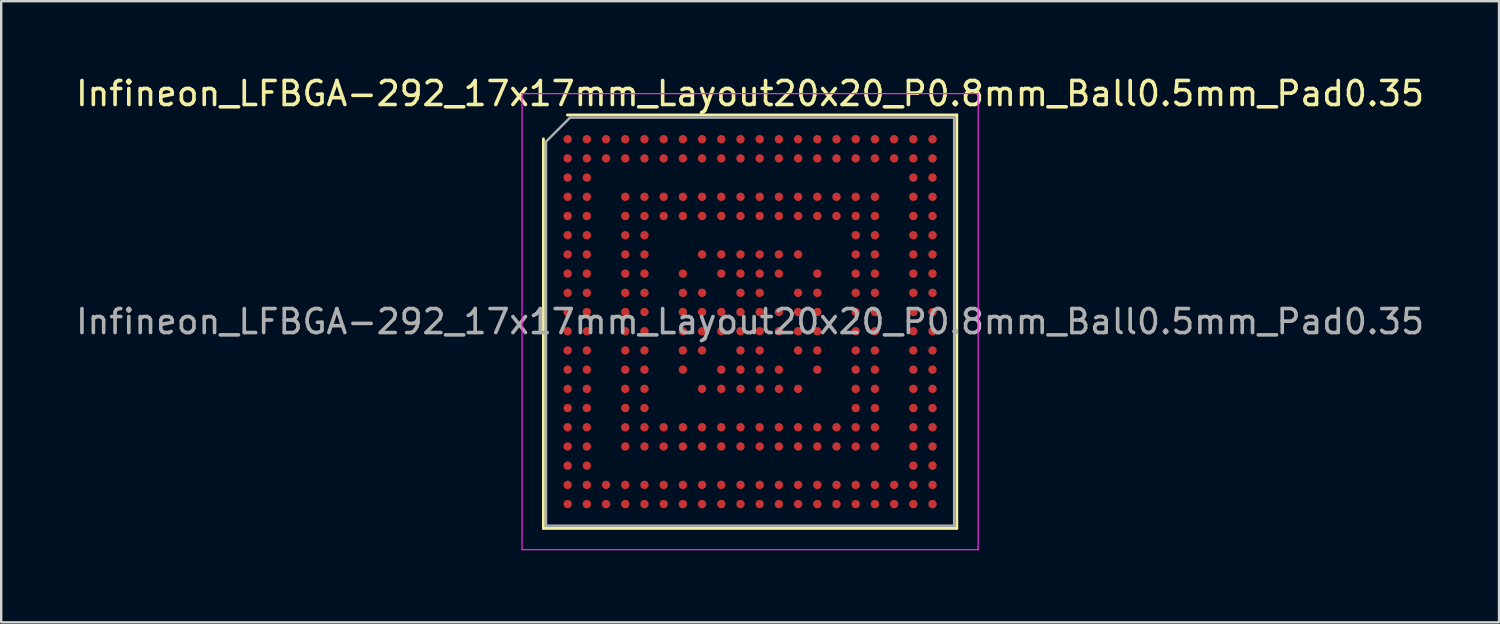
<source format=kicad_pcb>
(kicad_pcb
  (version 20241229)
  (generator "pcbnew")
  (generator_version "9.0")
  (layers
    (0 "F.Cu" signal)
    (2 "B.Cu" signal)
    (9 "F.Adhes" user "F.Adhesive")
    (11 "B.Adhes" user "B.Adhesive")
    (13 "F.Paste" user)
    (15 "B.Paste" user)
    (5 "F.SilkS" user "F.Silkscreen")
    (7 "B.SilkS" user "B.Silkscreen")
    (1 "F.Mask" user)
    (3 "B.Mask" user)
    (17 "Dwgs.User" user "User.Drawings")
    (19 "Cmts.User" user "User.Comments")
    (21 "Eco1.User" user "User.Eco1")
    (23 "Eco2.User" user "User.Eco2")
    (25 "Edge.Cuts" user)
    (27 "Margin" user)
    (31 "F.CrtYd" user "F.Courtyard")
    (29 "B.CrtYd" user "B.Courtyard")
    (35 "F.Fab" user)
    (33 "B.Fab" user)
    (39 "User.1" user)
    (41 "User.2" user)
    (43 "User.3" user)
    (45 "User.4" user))
  (footprint "Infineon_LFBGA-292_17x17mm_Layout20x20_P0.8mm_Ball0.5mm_Pad0.35"
    (layer "F.Cu")
    (at 28.196 10.348)
    (property "Reference" "Infineon_LFBGA-292_17x17mm_Layout20x20_P0.8mm_Ball0.5mm_Pad0.35" (at 0 -9.5 0) (layer "F.SilkS") (effects (font (size 1 1) (thickness 0.15))))
    (attr smd)
    (fp_line (start -8.61 8.61) (end -8.61 -7.61) (stroke (width 0.12) (type solid)) (layer "F.SilkS"))
    (fp_line (start -7.61 -8.61) (end 8.61 -8.61) (stroke (width 0.12) (type solid)) (layer "F.SilkS"))
    (fp_line (start 8.61 -8.61) (end 8.61 8.61) (stroke (width 0.12) (type solid)) (layer "F.SilkS"))
    (fp_line (start 8.61 8.61) (end -8.61 8.61) (stroke (width 0.12) (type solid)) (layer "F.SilkS"))
    (fp_line (start -9.5 -9.5) (end -9.5 9.5) (stroke (width 0.05) (type solid)) (layer "F.CrtYd"))
    (fp_line (start -9.5 9.5) (end 9.5 9.5) (stroke (width 0.05) (type solid)) (layer "F.CrtYd"))
    (fp_line (start 9.5 -9.5) (end -9.5 -9.5) (stroke (width 0.05) (type solid)) (layer "F.CrtYd"))
    (fp_line (start 9.5 9.5) (end 9.5 -9.5) (stroke (width 0.05) (type solid)) (layer "F.CrtYd"))
    (fp_line (start -8.5 -7.5) (end -7.5 -8.5) (stroke (width 0.1) (type solid)) (layer "F.Fab"))
    (fp_line (start -8.5 8.5) (end -8.5 -7.5) (stroke (width 0.1) (type solid)) (layer "F.Fab"))
    (fp_line (start -7.5 -8.5) (end 8.5 -8.5) (stroke (width 0.1) (type solid)) (layer "F.Fab"))
    (fp_line (start 8.5 -8.5) (end 8.5 8.5) (stroke (width 0.1) (type solid)) (layer "F.Fab"))
    (fp_line (start 8.5 8.5) (end -8.5 8.5) (stroke (width 0.1) (type solid)) (layer "F.Fab"))
    (fp_text user "${REFERENCE}" (at 0 0 0) (layer "F.Fab") (effects (font (size 1 1) (thickness 0.15))))
    (pad "A1" smd circle (at -7.6 -7.6) (size 0.35 0.35) (layers "F.Cu" "F.Mask" "F.Paste"))
    (pad "A2" smd circle (at -6.8 -7.6) (size 0.35 0.35) (layers "F.Cu" "F.Mask" "F.Paste"))
    (pad "A3" smd circle (at -6 -7.6) (size 0.35 0.35) (layers "F.Cu" "F.Mask" "F.Paste"))
    (pad "A4" smd circle (at -5.2 -7.6) (size 0.35 0.35) (layers "F.Cu" "F.Mask" "F.Paste"))
    (pad "A5" smd circle (at -4.4 -7.6) (size 0.35 0.35) (layers "F.Cu" "F.Mask" "F.Paste"))
    (pad "A6" smd circle (at -3.6 -7.6) (size 0.35 0.35) (layers "F.Cu" "F.Mask" "F.Paste"))
    (pad "A7" smd circle (at -2.8 -7.6) (size 0.35 0.35) (layers "F.Cu" "F.Mask" "F.Paste"))
    (pad "A8" smd circle (at -2 -7.6) (size 0.35 0.35) (layers "F.Cu" "F.Mask" "F.Paste"))
    (pad "A9" smd circle (at -1.2 -7.6) (size 0.35 0.35) (layers "F.Cu" "F.Mask" "F.Paste"))
    (pad "A10" smd circle (at -0.4 -7.6) (size 0.35 0.35) (layers "F.Cu" "F.Mask" "F.Paste"))
    (pad "A11" smd circle (at 0.4 -7.6) (size 0.35 0.35) (layers "F.Cu" "F.Mask" "F.Paste"))
    (pad "A12" smd circle (at 1.2 -7.6) (size 0.35 0.35) (layers "F.Cu" "F.Mask" "F.Paste"))
    (pad "A13" smd circle (at 2 -7.6) (size 0.35 0.35) (layers "F.Cu" "F.Mask" "F.Paste"))
    (pad "A14" smd circle (at 2.8 -7.6) (size 0.35 0.35) (layers "F.Cu" "F.Mask" "F.Paste"))
    (pad "A15" smd circle (at 3.6 -7.6) (size 0.35 0.35) (layers "F.Cu" "F.Mask" "F.Paste"))
    (pad "A16" smd circle (at 4.4 -7.6) (size 0.35 0.35) (layers "F.Cu" "F.Mask" "F.Paste"))
    (pad "A17" smd circle (at 5.2 -7.6) (size 0.35 0.35) (layers "F.Cu" "F.Mask" "F.Paste"))
    (pad "A18" smd circle (at 6 -7.6) (size 0.35 0.35) (layers "F.Cu" "F.Mask" "F.Paste"))
    (pad "A19" smd circle (at 6.8 -7.6) (size 0.35 0.35) (layers "F.Cu" "F.Mask" "F.Paste"))
    (pad "A20" smd circle (at 7.6 -7.6) (size 0.35 0.35) (layers "F.Cu" "F.Mask" "F.Paste"))
    (pad "B1" smd circle (at -7.6 -6.8) (size 0.35 0.35) (layers "F.Cu" "F.Mask" "F.Paste"))
    (pad "B2" smd circle (at -6.8 -6.8) (size 0.35 0.35) (layers "F.Cu" "F.Mask" "F.Paste"))
    (pad "B3" smd circle (at -6 -6.8) (size 0.35 0.35) (layers "F.Cu" "F.Mask" "F.Paste"))
    (pad "B4" smd circle (at -5.2 -6.8) (size 0.35 0.35) (layers "F.Cu" "F.Mask" "F.Paste"))
    (pad "B5" smd circle (at -4.4 -6.8) (size 0.35 0.35) (layers "F.Cu" "F.Mask" "F.Paste"))
    (pad "B6" smd circle (at -3.6 -6.8) (size 0.35 0.35) (layers "F.Cu" "F.Mask" "F.Paste"))
    (pad "B7" smd circle (at -2.8 -6.8) (size 0.35 0.35) (layers "F.Cu" "F.Mask" "F.Paste"))
    (pad "B8" smd circle (at -2 -6.8) (size 0.35 0.35) (layers "F.Cu" "F.Mask" "F.Paste"))
    (pad "B9" smd circle (at -1.2 -6.8) (size 0.35 0.35) (layers "F.Cu" "F.Mask" "F.Paste"))
    (pad "B10" smd circle (at -0.4 -6.8) (size 0.35 0.35) (layers "F.Cu" "F.Mask" "F.Paste"))
    (pad "B11" smd circle (at 0.4 -6.8) (size 0.35 0.35) (layers "F.Cu" "F.Mask" "F.Paste"))
    (pad "B12" smd circle (at 1.2 -6.8) (size 0.35 0.35) (layers "F.Cu" "F.Mask" "F.Paste"))
    (pad "B13" smd circle (at 2 -6.8) (size 0.35 0.35) (layers "F.Cu" "F.Mask" "F.Paste"))
    (pad "B14" smd circle (at 2.8 -6.8) (size 0.35 0.35) (layers "F.Cu" "F.Mask" "F.Paste"))
    (pad "B15" smd circle (at 3.6 -6.8) (size 0.35 0.35) (layers "F.Cu" "F.Mask" "F.Paste"))
    (pad "B16" smd circle (at 4.4 -6.8) (size 0.35 0.35) (layers "F.Cu" "F.Mask" "F.Paste"))
    (pad "B17" smd circle (at 5.2 -6.8) (size 0.35 0.35) (layers "F.Cu" "F.Mask" "F.Paste"))
    (pad "B18" smd circle (at 6 -6.8) (size 0.35 0.35) (layers "F.Cu" "F.Mask" "F.Paste"))
    (pad "B19" smd circle (at 6.8 -6.8) (size 0.35 0.35) (layers "F.Cu" "F.Mask" "F.Paste"))
    (pad "B20" smd circle (at 7.6 -6.8) (size 0.35 0.35) (layers "F.Cu" "F.Mask" "F.Paste"))
    (pad "C1" smd circle (at -7.6 -6) (size 0.35 0.35) (layers "F.Cu" "F.Mask" "F.Paste"))
    (pad "C2" smd circle (at -6.8 -6) (size 0.35 0.35) (layers "F.Cu" "F.Mask" "F.Paste"))
    (pad "C19" smd circle (at 6.8 -6) (size 0.35 0.35) (layers "F.Cu" "F.Mask" "F.Paste"))
    (pad "C20" smd circle (at 7.6 -6) (size 0.35 0.35) (layers "F.Cu" "F.Mask" "F.Paste"))
    (pad "D1" smd circle (at -7.6 -5.2) (size 0.35 0.35) (layers "F.Cu" "F.Mask" "F.Paste"))
    (pad "D2" smd circle (at -6.8 -5.2) (size 0.35 0.35) (layers "F.Cu" "F.Mask" "F.Paste"))
    (pad "D4" smd circle (at -5.2 -5.2) (size 0.35 0.35) (layers "F.Cu" "F.Mask" "F.Paste"))
    (pad "D5" smd circle (at -4.4 -5.2) (size 0.35 0.35) (layers "F.Cu" "F.Mask" "F.Paste"))
    (pad "D6" smd circle (at -3.6 -5.2) (size 0.35 0.35) (layers "F.Cu" "F.Mask" "F.Paste"))
    (pad "D7" smd circle (at -2.8 -5.2) (size 0.35 0.35) (layers "F.Cu" "F.Mask" "F.Paste"))
    (pad "D8" smd circle (at -2 -5.2) (size 0.35 0.35) (layers "F.Cu" "F.Mask" "F.Paste"))
    (pad "D9" smd circle (at -1.2 -5.2) (size 0.35 0.35) (layers "F.Cu" "F.Mask" "F.Paste"))
    (pad "D10" smd circle (at -0.4 -5.2) (size 0.35 0.35) (layers "F.Cu" "F.Mask" "F.Paste"))
    (pad "D11" smd circle (at 0.4 -5.2) (size 0.35 0.35) (layers "F.Cu" "F.Mask" "F.Paste"))
    (pad "D12" smd circle (at 1.2 -5.2) (size 0.35 0.35) (layers "F.Cu" "F.Mask" "F.Paste"))
    (pad "D13" smd circle (at 2 -5.2) (size 0.35 0.35) (layers "F.Cu" "F.Mask" "F.Paste"))
    (pad "D14" smd circle (at 2.8 -5.2) (size 0.35 0.35) (layers "F.Cu" "F.Mask" "F.Paste"))
    (pad "D15" smd circle (at 3.6 -5.2) (size 0.35 0.35) (layers "F.Cu" "F.Mask" "F.Paste"))
    (pad "D16" smd circle (at 4.4 -5.2) (size 0.35 0.35) (layers "F.Cu" "F.Mask" "F.Paste"))
    (pad "D17" smd circle (at 5.2 -5.2) (size 0.35 0.35) (layers "F.Cu" "F.Mask" "F.Paste"))
    (pad "D19" smd circle (at 6.8 -5.2) (size 0.35 0.35) (layers "F.Cu" "F.Mask" "F.Paste"))
    (pad "D20" smd circle (at 7.6 -5.2) (size 0.35 0.35) (layers "F.Cu" "F.Mask" "F.Paste"))
    (pad "E1" smd circle (at -7.6 -4.4) (size 0.35 0.35) (layers "F.Cu" "F.Mask" "F.Paste"))
    (pad "E2" smd circle (at -6.8 -4.4) (size 0.35 0.35) (layers "F.Cu" "F.Mask" "F.Paste"))
    (pad "E4" smd circle (at -5.2 -4.4) (size 0.35 0.35) (layers "F.Cu" "F.Mask" "F.Paste"))
    (pad "E5" smd circle (at -4.4 -4.4) (size 0.35 0.35) (layers "F.Cu" "F.Mask" "F.Paste"))
    (pad "E6" smd circle (at -3.6 -4.4) (size 0.35 0.35) (layers "F.Cu" "F.Mask" "F.Paste"))
    (pad "E7" smd circle (at -2.8 -4.4) (size 0.35 0.35) (layers "F.Cu" "F.Mask" "F.Paste"))
    (pad "E8" smd circle (at -2 -4.4) (size 0.35 0.35) (layers "F.Cu" "F.Mask" "F.Paste"))
    (pad "E9" smd circle (at -1.2 -4.4) (size 0.35 0.35) (layers "F.Cu" "F.Mask" "F.Paste"))
    (pad "E10" smd circle (at -0.4 -4.4) (size 0.35 0.35) (layers "F.Cu" "F.Mask" "F.Paste"))
    (pad "E11" smd circle (at 0.4 -4.4) (size 0.35 0.35) (layers "F.Cu" "F.Mask" "F.Paste"))
    (pad "E12" smd circle (at 1.2 -4.4) (size 0.35 0.35) (layers "F.Cu" "F.Mask" "F.Paste"))
    (pad "E13" smd circle (at 2 -4.4) (size 0.35 0.35) (layers "F.Cu" "F.Mask" "F.Paste"))
    (pad "E14" smd circle (at 2.8 -4.4) (size 0.35 0.35) (layers "F.Cu" "F.Mask" "F.Paste"))
    (pad "E15" smd circle (at 3.6 -4.4) (size 0.35 0.35) (layers "F.Cu" "F.Mask" "F.Paste"))
    (pad "E16" smd circle (at 4.4 -4.4) (size 0.35 0.35) (layers "F.Cu" "F.Mask" "F.Paste"))
    (pad "E17" smd circle (at 5.2 -4.4) (size 0.35 0.35) (layers "F.Cu" "F.Mask" "F.Paste"))
    (pad "E19" smd circle (at 6.8 -4.4) (size 0.35 0.35) (layers "F.Cu" "F.Mask" "F.Paste"))
    (pad "E20" smd circle (at 7.6 -4.4) (size 0.35 0.35) (layers "F.Cu" "F.Mask" "F.Paste"))
    (pad "F1" smd circle (at -7.6 -3.6) (size 0.35 0.35) (layers "F.Cu" "F.Mask" "F.Paste"))
    (pad "F2" smd circle (at -6.8 -3.6) (size 0.35 0.35) (layers "F.Cu" "F.Mask" "F.Paste"))
    (pad "F4" smd circle (at -5.2 -3.6) (size 0.35 0.35) (layers "F.Cu" "F.Mask" "F.Paste"))
    (pad "F5" smd circle (at -4.4 -3.6) (size 0.35 0.35) (layers "F.Cu" "F.Mask" "F.Paste"))
    (pad "F16" smd circle (at 4.4 -3.6) (size 0.35 0.35) (layers "F.Cu" "F.Mask" "F.Paste"))
    (pad "F17" smd circle (at 5.2 -3.6) (size 0.35 0.35) (layers "F.Cu" "F.Mask" "F.Paste"))
    (pad "F19" smd circle (at 6.8 -3.6) (size 0.35 0.35) (layers "F.Cu" "F.Mask" "F.Paste"))
    (pad "F20" smd circle (at 7.6 -3.6) (size 0.35 0.35) (layers "F.Cu" "F.Mask" "F.Paste"))
    (pad "G1" smd circle (at -7.6 -2.8) (size 0.35 0.35) (layers "F.Cu" "F.Mask" "F.Paste"))
    (pad "G2" smd circle (at -6.8 -2.8) (size 0.35 0.35) (layers "F.Cu" "F.Mask" "F.Paste"))
    (pad "G4" smd circle (at -5.2 -2.8) (size 0.35 0.35) (layers "F.Cu" "F.Mask" "F.Paste"))
    (pad "G5" smd circle (at -4.4 -2.8) (size 0.35 0.35) (layers "F.Cu" "F.Mask" "F.Paste"))
    (pad "G8" smd circle (at -2 -2.8) (size 0.35 0.35) (layers "F.Cu" "F.Mask" "F.Paste"))
    (pad "G9" smd circle (at -1.2 -2.8) (size 0.35 0.35) (layers "F.Cu" "F.Mask" "F.Paste"))
    (pad "G10" smd circle (at -0.4 -2.8) (size 0.35 0.35) (layers "F.Cu" "F.Mask" "F.Paste"))
    (pad "G11" smd circle (at 0.4 -2.8) (size 0.35 0.35) (layers "F.Cu" "F.Mask" "F.Paste"))
    (pad "G12" smd circle (at 1.2 -2.8) (size 0.35 0.35) (layers "F.Cu" "F.Mask" "F.Paste"))
    (pad "G13" smd circle (at 2 -2.8) (size 0.35 0.35) (layers "F.Cu" "F.Mask" "F.Paste"))
    (pad "G16" smd circle (at 4.4 -2.8) (size 0.35 0.35) (layers "F.Cu" "F.Mask" "F.Paste"))
    (pad "G17" smd circle (at 5.2 -2.8) (size 0.35 0.35) (layers "F.Cu" "F.Mask" "F.Paste"))
    (pad "G19" smd circle (at 6.8 -2.8) (size 0.35 0.35) (layers "F.Cu" "F.Mask" "F.Paste"))
    (pad "G20" smd circle (at 7.6 -2.8) (size 0.35 0.35) (layers "F.Cu" "F.Mask" "F.Paste"))
    (pad "H1" smd circle (at -7.6 -2) (size 0.35 0.35) (layers "F.Cu" "F.Mask" "F.Paste"))
    (pad "H2" smd circle (at -6.8 -2) (size 0.35 0.35) (layers "F.Cu" "F.Mask" "F.Paste"))
    (pad "H4" smd circle (at -5.2 -2) (size 0.35 0.35) (layers "F.Cu" "F.Mask" "F.Paste"))
    (pad "H5" smd circle (at -4.4 -2) (size 0.35 0.35) (layers "F.Cu" "F.Mask" "F.Paste"))
    (pad "H7" smd circle (at -2.8 -2) (size 0.35 0.35) (layers "F.Cu" "F.Mask" "F.Paste"))
    (pad "H9" smd circle (at -1.2 -2) (size 0.35 0.35) (layers "F.Cu" "F.Mask" "F.Paste"))
    (pad "H10" smd circle (at -0.4 -2) (size 0.35 0.35) (layers "F.Cu" "F.Mask" "F.Paste"))
    (pad "H11" smd circle (at 0.4 -2) (size 0.35 0.35) (layers "F.Cu" "F.Mask" "F.Paste"))
    (pad "H12" smd circle (at 1.2 -2) (size 0.35 0.35) (layers "F.Cu" "F.Mask" "F.Paste"))
    (pad "H14" smd circle (at 2.8 -2) (size 0.35 0.35) (layers "F.Cu" "F.Mask" "F.Paste"))
    (pad "H16" smd circle (at 4.4 -2) (size 0.35 0.35) (layers "F.Cu" "F.Mask" "F.Paste"))
    (pad "H17" smd circle (at 5.2 -2) (size 0.35 0.35) (layers "F.Cu" "F.Mask" "F.Paste"))
    (pad "H19" smd circle (at 6.8 -2) (size 0.35 0.35) (layers "F.Cu" "F.Mask" "F.Paste"))
    (pad "H20" smd circle (at 7.6 -2) (size 0.35 0.35) (layers "F.Cu" "F.Mask" "F.Paste"))
    (pad "J1" smd circle (at -7.6 -1.2) (size 0.35 0.35) (layers "F.Cu" "F.Mask" "F.Paste"))
    (pad "J2" smd circle (at -6.8 -1.2) (size 0.35 0.35) (layers "F.Cu" "F.Mask" "F.Paste"))
    (pad "J4" smd circle (at -5.2 -1.2) (size 0.35 0.35) (layers "F.Cu" "F.Mask" "F.Paste"))
    (pad "J5" smd circle (at -4.4 -1.2) (size 0.35 0.35) (layers "F.Cu" "F.Mask" "F.Paste"))
    (pad "J7" smd circle (at -2.8 -1.2) (size 0.35 0.35) (layers "F.Cu" "F.Mask" "F.Paste"))
    (pad "J8" smd circle (at -2 -1.2) (size 0.35 0.35) (layers "F.Cu" "F.Mask" "F.Paste"))
    (pad "J10" smd circle (at -0.4 -1.2) (size 0.35 0.35) (layers "F.Cu" "F.Mask" "F.Paste"))
    (pad "J11" smd circle (at 0.4 -1.2) (size 0.35 0.35) (layers "F.Cu" "F.Mask" "F.Paste"))
    (pad "J13" smd circle (at 2 -1.2) (size 0.35 0.35) (layers "F.Cu" "F.Mask" "F.Paste"))
    (pad "J14" smd circle (at 2.8 -1.2) (size 0.35 0.35) (layers "F.Cu" "F.Mask" "F.Paste"))
    (pad "J16" smd circle (at 4.4 -1.2) (size 0.35 0.35) (layers "F.Cu" "F.Mask" "F.Paste"))
    (pad "J17" smd circle (at 5.2 -1.2) (size 0.35 0.35) (layers "F.Cu" "F.Mask" "F.Paste"))
    (pad "J19" smd circle (at 6.8 -1.2) (size 0.35 0.35) (layers "F.Cu" "F.Mask" "F.Paste"))
    (pad "J20" smd circle (at 7.6 -1.2) (size 0.35 0.35) (layers "F.Cu" "F.Mask" "F.Paste"))
    (pad "K1" smd circle (at -7.6 -0.4) (size 0.35 0.35) (layers "F.Cu" "F.Mask" "F.Paste"))
    (pad "K2" smd circle (at -6.8 -0.4) (size 0.35 0.35) (layers "F.Cu" "F.Mask" "F.Paste"))
    (pad "K4" smd circle (at -5.2 -0.4) (size 0.35 0.35) (layers "F.Cu" "F.Mask" "F.Paste"))
    (pad "K5" smd circle (at -4.4 -0.4) (size 0.35 0.35) (layers "F.Cu" "F.Mask" "F.Paste"))
    (pad "K7" smd circle (at -2.8 -0.4) (size 0.35 0.35) (layers "F.Cu" "F.Mask" "F.Paste"))
    (pad "K8" smd circle (at -2 -0.4) (size 0.35 0.35) (layers "F.Cu" "F.Mask" "F.Paste"))
    (pad "K9" smd circle (at -1.2 -0.4) (size 0.35 0.35) (layers "F.Cu" "F.Mask" "F.Paste"))
    (pad "K10" smd circle (at -0.4 -0.4) (size 0.35 0.35) (layers "F.Cu" "F.Mask" "F.Paste"))
    (pad "K11" smd circle (at 0.4 -0.4) (size 0.35 0.35) (layers "F.Cu" "F.Mask" "F.Paste"))
    (pad "K12" smd circle (at 1.2 -0.4) (size 0.35 0.35) (layers "F.Cu" "F.Mask" "F.Paste"))
    (pad "K13" smd circle (at 2 -0.4) (size 0.35 0.35) (layers "F.Cu" "F.Mask" "F.Paste"))
    (pad "K14" smd circle (at 2.8 -0.4) (size 0.35 0.35) (layers "F.Cu" "F.Mask" "F.Paste"))
    (pad "K16" smd circle (at 4.4 -0.4) (size 0.35 0.35) (layers "F.Cu" "F.Mask" "F.Paste"))
    (pad "K17" smd circle (at 5.2 -0.4) (size 0.35 0.35) (layers "F.Cu" "F.Mask" "F.Paste"))
    (pad "K19" smd circle (at 6.8 -0.4) (size 0.35 0.35) (layers "F.Cu" "F.Mask" "F.Paste"))
    (pad "K20" smd circle (at 7.6 -0.4) (size 0.35 0.35) (layers "F.Cu" "F.Mask" "F.Paste"))
    (pad "L1" smd circle (at -7.6 0.4) (size 0.35 0.35) (layers "F.Cu" "F.Mask" "F.Paste"))
    (pad "L2" smd circle (at -6.8 0.4) (size 0.35 0.35) (layers "F.Cu" "F.Mask" "F.Paste"))
    (pad "L4" smd circle (at -5.2 0.4) (size 0.35 0.35) (layers "F.Cu" "F.Mask" "F.Paste"))
    (pad "L5" smd circle (at -4.4 0.4) (size 0.35 0.35) (layers "F.Cu" "F.Mask" "F.Paste"))
    (pad "L7" smd circle (at -2.8 0.4) (size 0.35 0.35) (layers "F.Cu" "F.Mask" "F.Paste"))
    (pad "L8" smd circle (at -2 0.4) (size 0.35 0.35) (layers "F.Cu" "F.Mask" "F.Paste"))
    (pad "L9" smd circle (at -1.2 0.4) (size 0.35 0.35) (layers "F.Cu" "F.Mask" "F.Paste"))
    (pad "L10" smd circle (at -0.4 0.4) (size 0.35 0.35) (layers "F.Cu" "F.Mask" "F.Paste"))
    (pad "L11" smd circle (at 0.4 0.4) (size 0.35 0.35) (layers "F.Cu" "F.Mask" "F.Paste"))
    (pad "L12" smd circle (at 1.2 0.4) (size 0.35 0.35) (layers "F.Cu" "F.Mask" "F.Paste"))
    (pad "L13" smd circle (at 2 0.4) (size 0.35 0.35) (layers "F.Cu" "F.Mask" "F.Paste"))
    (pad "L14" smd circle (at 2.8 0.4) (size 0.35 0.35) (layers "F.Cu" "F.Mask" "F.Paste"))
    (pad "L16" smd circle (at 4.4 0.4) (size 0.35 0.35) (layers "F.Cu" "F.Mask" "F.Paste"))
    (pad "L17" smd circle (at 5.2 0.4) (size 0.35 0.35) (layers "F.Cu" "F.Mask" "F.Paste"))
    (pad "L19" smd circle (at 6.8 0.4) (size 0.35 0.35) (layers "F.Cu" "F.Mask" "F.Paste"))
    (pad "L20" smd circle (at 7.6 0.4) (size 0.35 0.35) (layers "F.Cu" "F.Mask" "F.Paste"))
    (pad "M1" smd circle (at -7.6 1.2) (size 0.35 0.35) (layers "F.Cu" "F.Mask" "F.Paste"))
    (pad "M2" smd circle (at -6.8 1.2) (size 0.35 0.35) (layers "F.Cu" "F.Mask" "F.Paste"))
    (pad "M4" smd circle (at -5.2 1.2) (size 0.35 0.35) (layers "F.Cu" "F.Mask" "F.Paste"))
    (pad "M5" smd circle (at -4.4 1.2) (size 0.35 0.35) (layers "F.Cu" "F.Mask" "F.Paste"))
    (pad "M7" smd circle (at -2.8 1.2) (size 0.35 0.35) (layers "F.Cu" "F.Mask" "F.Paste"))
    (pad "M8" smd circle (at -2 1.2) (size 0.35 0.35) (layers "F.Cu" "F.Mask" "F.Paste"))
    (pad "M10" smd circle (at -0.4 1.2) (size 0.35 0.35) (layers "F.Cu" "F.Mask" "F.Paste"))
    (pad "M11" smd circle (at 0.4 1.2) (size 0.35 0.35) (layers "F.Cu" "F.Mask" "F.Paste"))
    (pad "M13" smd circle (at 2 1.2) (size 0.35 0.35) (layers "F.Cu" "F.Mask" "F.Paste"))
    (pad "M14" smd circle (at 2.8 1.2) (size 0.35 0.35) (layers "F.Cu" "F.Mask" "F.Paste"))
    (pad "M16" smd circle (at 4.4 1.2) (size 0.35 0.35) (layers "F.Cu" "F.Mask" "F.Paste"))
    (pad "M17" smd circle (at 5.2 1.2) (size 0.35 0.35) (layers "F.Cu" "F.Mask" "F.Paste"))
    (pad "M19" smd circle (at 6.8 1.2) (size 0.35 0.35) (layers "F.Cu" "F.Mask" "F.Paste"))
    (pad "M20" smd circle (at 7.6 1.2) (size 0.35 0.35) (layers "F.Cu" "F.Mask" "F.Paste"))
    (pad "N1" smd circle (at -7.6 2) (size 0.35 0.35) (layers "F.Cu" "F.Mask" "F.Paste"))
    (pad "N2" smd circle (at -6.8 2) (size 0.35 0.35) (layers "F.Cu" "F.Mask" "F.Paste"))
    (pad "N4" smd circle (at -5.2 2) (size 0.35 0.35) (layers "F.Cu" "F.Mask" "F.Paste"))
    (pad "N5" smd circle (at -4.4 2) (size 0.35 0.35) (layers "F.Cu" "F.Mask" "F.Paste"))
    (pad "N7" smd circle (at -2.8 2) (size 0.35 0.35) (layers "F.Cu" "F.Mask" "F.Paste"))
    (pad "N9" smd circle (at -1.2 2) (size 0.35 0.35) (layers "F.Cu" "F.Mask" "F.Paste"))
    (pad "N10" smd circle (at -0.4 2) (size 0.35 0.35) (layers "F.Cu" "F.Mask" "F.Paste"))
    (pad "N11" smd circle (at 0.4 2) (size 0.35 0.35) (layers "F.Cu" "F.Mask" "F.Paste"))
    (pad "N12" smd circle (at 1.2 2) (size 0.35 0.35) (layers "F.Cu" "F.Mask" "F.Paste"))
    (pad "N14" smd circle (at 2.8 2) (size 0.35 0.35) (layers "F.Cu" "F.Mask" "F.Paste"))
    (pad "N16" smd circle (at 4.4 2) (size 0.35 0.35) (layers "F.Cu" "F.Mask" "F.Paste"))
    (pad "N17" smd circle (at 5.2 2) (size 0.35 0.35) (layers "F.Cu" "F.Mask" "F.Paste"))
    (pad "N19" smd circle (at 6.8 2) (size 0.35 0.35) (layers "F.Cu" "F.Mask" "F.Paste"))
    (pad "N20" smd circle (at 7.6 2) (size 0.35 0.35) (layers "F.Cu" "F.Mask" "F.Paste"))
    (pad "P1" smd circle (at -7.6 2.8) (size 0.35 0.35) (layers "F.Cu" "F.Mask" "F.Paste"))
    (pad "P2" smd circle (at -6.8 2.8) (size 0.35 0.35) (layers "F.Cu" "F.Mask" "F.Paste"))
    (pad "P4" smd circle (at -5.2 2.8) (size 0.35 0.35) (layers "F.Cu" "F.Mask" "F.Paste"))
    (pad "P5" smd circle (at -4.4 2.8) (size 0.35 0.35) (layers "F.Cu" "F.Mask" "F.Paste"))
    (pad "P8" smd circle (at -2 2.8) (size 0.35 0.35) (layers "F.Cu" "F.Mask" "F.Paste"))
    (pad "P9" smd circle (at -1.2 2.8) (size 0.35 0.35) (layers "F.Cu" "F.Mask" "F.Paste"))
    (pad "P10" smd circle (at -0.4 2.8) (size 0.35 0.35) (layers "F.Cu" "F.Mask" "F.Paste"))
    (pad "P11" smd circle (at 0.4 2.8) (size 0.35 0.35) (layers "F.Cu" "F.Mask" "F.Paste"))
    (pad "P12" smd circle (at 1.2 2.8) (size 0.35 0.35) (layers "F.Cu" "F.Mask" "F.Paste"))
    (pad "P13" smd circle (at 2 2.8) (size 0.35 0.35) (layers "F.Cu" "F.Mask" "F.Paste"))
    (pad "P16" smd circle (at 4.4 2.8) (size 0.35 0.35) (layers "F.Cu" "F.Mask" "F.Paste"))
    (pad "P17" smd circle (at 5.2 2.8) (size 0.35 0.35) (layers "F.Cu" "F.Mask" "F.Paste"))
    (pad "P19" smd circle (at 6.8 2.8) (size 0.35 0.35) (layers "F.Cu" "F.Mask" "F.Paste"))
    (pad "P20" smd circle (at 7.6 2.8) (size 0.35 0.35) (layers "F.Cu" "F.Mask" "F.Paste"))
    (pad "R1" smd circle (at -7.6 3.6) (size 0.35 0.35) (layers "F.Cu" "F.Mask" "F.Paste"))
    (pad "R2" smd circle (at -6.8 3.6) (size 0.35 0.35) (layers "F.Cu" "F.Mask" "F.Paste"))
    (pad "R4" smd circle (at -5.2 3.6) (size 0.35 0.35) (layers "F.Cu" "F.Mask" "F.Paste"))
    (pad "R5" smd circle (at -4.4 3.6) (size 0.35 0.35) (layers "F.Cu" "F.Mask" "F.Paste"))
    (pad "R16" smd circle (at 4.4 3.6) (size 0.35 0.35) (layers "F.Cu" "F.Mask" "F.Paste"))
    (pad "R17" smd circle (at 5.2 3.6) (size 0.35 0.35) (layers "F.Cu" "F.Mask" "F.Paste"))
    (pad "R19" smd circle (at 6.8 3.6) (size 0.35 0.35) (layers "F.Cu" "F.Mask" "F.Paste"))
    (pad "R20" smd circle (at 7.6 3.6) (size 0.35 0.35) (layers "F.Cu" "F.Mask" "F.Paste"))
    (pad "T1" smd circle (at -7.6 4.4) (size 0.35 0.35) (layers "F.Cu" "F.Mask" "F.Paste"))
    (pad "T2" smd circle (at -6.8 4.4) (size 0.35 0.35) (layers "F.Cu" "F.Mask" "F.Paste"))
    (pad "T4" smd circle (at -5.2 4.4) (size 0.35 0.35) (layers "F.Cu" "F.Mask" "F.Paste"))
    (pad "T5" smd circle (at -4.4 4.4) (size 0.35 0.35) (layers "F.Cu" "F.Mask" "F.Paste"))
    (pad "T6" smd circle (at -3.6 4.4) (size 0.35 0.35) (layers "F.Cu" "F.Mask" "F.Paste"))
    (pad "T7" smd circle (at -2.8 4.4) (size 0.35 0.35) (layers "F.Cu" "F.Mask" "F.Paste"))
    (pad "T8" smd circle (at -2 4.4) (size 0.35 0.35) (layers "F.Cu" "F.Mask" "F.Paste"))
    (pad "T9" smd circle (at -1.2 4.4) (size 0.35 0.35) (layers "F.Cu" "F.Mask" "F.Paste"))
    (pad "T10" smd circle (at -0.4 4.4) (size 0.35 0.35) (layers "F.Cu" "F.Mask" "F.Paste"))
    (pad "T11" smd circle (at 0.4 4.4) (size 0.35 0.35) (layers "F.Cu" "F.Mask" "F.Paste"))
    (pad "T12" smd circle (at 1.2 4.4) (size 0.35 0.35) (layers "F.Cu" "F.Mask" "F.Paste"))
    (pad "T13" smd circle (at 2 4.4) (size 0.35 0.35) (layers "F.Cu" "F.Mask" "F.Paste"))
    (pad "T14" smd circle (at 2.8 4.4) (size 0.35 0.35) (layers "F.Cu" "F.Mask" "F.Paste"))
    (pad "T15" smd circle (at 3.6 4.4) (size 0.35 0.35) (layers "F.Cu" "F.Mask" "F.Paste"))
    (pad "T16" smd circle (at 4.4 4.4) (size 0.35 0.35) (layers "F.Cu" "F.Mask" "F.Paste"))
    (pad "T17" smd circle (at 5.2 4.4) (size 0.35 0.35) (layers "F.Cu" "F.Mask" "F.Paste"))
    (pad "T19" smd circle (at 6.8 4.4) (size 0.35 0.35) (layers "F.Cu" "F.Mask" "F.Paste"))
    (pad "T20" smd circle (at 7.6 4.4) (size 0.35 0.35) (layers "F.Cu" "F.Mask" "F.Paste"))
    (pad "U1" smd circle (at -7.6 5.2) (size 0.35 0.35) (layers "F.Cu" "F.Mask" "F.Paste"))
    (pad "U2" smd circle (at -6.8 5.2) (size 0.35 0.35) (layers "F.Cu" "F.Mask" "F.Paste"))
    (pad "U4" smd circle (at -5.2 5.2) (size 0.35 0.35) (layers "F.Cu" "F.Mask" "F.Paste"))
    (pad "U5" smd circle (at -4.4 5.2) (size 0.35 0.35) (layers "F.Cu" "F.Mask" "F.Paste"))
    (pad "U6" smd circle (at -3.6 5.2) (size 0.35 0.35) (layers "F.Cu" "F.Mask" "F.Paste"))
    (pad "U7" smd circle (at -2.8 5.2) (size 0.35 0.35) (layers "F.Cu" "F.Mask" "F.Paste"))
    (pad "U8" smd circle (at -2 5.2) (size 0.35 0.35) (layers "F.Cu" "F.Mask" "F.Paste"))
    (pad "U9" smd circle (at -1.2 5.2) (size 0.35 0.35) (layers "F.Cu" "F.Mask" "F.Paste"))
    (pad "U10" smd circle (at -0.4 5.2) (size 0.35 0.35) (layers "F.Cu" "F.Mask" "F.Paste"))
    (pad "U11" smd circle (at 0.4 5.2) (size 0.35 0.35) (layers "F.Cu" "F.Mask" "F.Paste"))
    (pad "U12" smd circle (at 1.2 5.2) (size 0.35 0.35) (layers "F.Cu" "F.Mask" "F.Paste"))
    (pad "U13" smd circle (at 2 5.2) (size 0.35 0.35) (layers "F.Cu" "F.Mask" "F.Paste"))
    (pad "U14" smd circle (at 2.8 5.2) (size 0.35 0.35) (layers "F.Cu" "F.Mask" "F.Paste"))
    (pad "U15" smd circle (at 3.6 5.2) (size 0.35 0.35) (layers "F.Cu" "F.Mask" "F.Paste"))
    (pad "U16" smd circle (at 4.4 5.2) (size 0.35 0.35) (layers "F.Cu" "F.Mask" "F.Paste"))
    (pad "U17" smd circle (at 5.2 5.2) (size 0.35 0.35) (layers "F.Cu" "F.Mask" "F.Paste"))
    (pad "U19" smd circle (at 6.8 5.2) (size 0.35 0.35) (layers "F.Cu" "F.Mask" "F.Paste"))
    (pad "U20" smd circle (at 7.6 5.2) (size 0.35 0.35) (layers "F.Cu" "F.Mask" "F.Paste"))
    (pad "V1" smd circle (at -7.6 6) (size 0.35 0.35) (layers "F.Cu" "F.Mask" "F.Paste"))
    (pad "V2" smd circle (at -6.8 6) (size 0.35 0.35) (layers "F.Cu" "F.Mask" "F.Paste"))
    (pad "V19" smd circle (at 6.8 6) (size 0.35 0.35) (layers "F.Cu" "F.Mask" "F.Paste"))
    (pad "V20" smd circle (at 7.6 6) (size 0.35 0.35) (layers "F.Cu" "F.Mask" "F.Paste"))
    (pad "W1" smd circle (at -7.6 6.8) (size 0.35 0.35) (layers "F.Cu" "F.Mask" "F.Paste"))
    (pad "W2" smd circle (at -6.8 6.8) (size 0.35 0.35) (layers "F.Cu" "F.Mask" "F.Paste"))
    (pad "W3" smd circle (at -6 6.8) (size 0.35 0.35) (layers "F.Cu" "F.Mask" "F.Paste"))
    (pad "W4" smd circle (at -5.2 6.8) (size 0.35 0.35) (layers "F.Cu" "F.Mask" "F.Paste"))
    (pad "W5" smd circle (at -4.4 6.8) (size 0.35 0.35) (layers "F.Cu" "F.Mask" "F.Paste"))
    (pad "W6" smd circle (at -3.6 6.8) (size 0.35 0.35) (layers "F.Cu" "F.Mask" "F.Paste"))
    (pad "W7" smd circle (at -2.8 6.8) (size 0.35 0.35) (layers "F.Cu" "F.Mask" "F.Paste"))
    (pad "W8" smd circle (at -2 6.8) (size 0.35 0.35) (layers "F.Cu" "F.Mask" "F.Paste"))
    (pad "W9" smd circle (at -1.2 6.8) (size 0.35 0.35) (layers "F.Cu" "F.Mask" "F.Paste"))
    (pad "W10" smd circle (at -0.4 6.8) (size 0.35 0.35) (layers "F.Cu" "F.Mask" "F.Paste"))
    (pad "W11" smd circle (at 0.4 6.8) (size 0.35 0.35) (layers "F.Cu" "F.Mask" "F.Paste"))
    (pad "W12" smd circle (at 1.2 6.8) (size 0.35 0.35) (layers "F.Cu" "F.Mask" "F.Paste"))
    (pad "W13" smd circle (at 2 6.8) (size 0.35 0.35) (layers "F.Cu" "F.Mask" "F.Paste"))
    (pad "W14" smd circle (at 2.8 6.8) (size 0.35 0.35) (layers "F.Cu" "F.Mask" "F.Paste"))
    (pad "W15" smd circle (at 3.6 6.8) (size 0.35 0.35) (layers "F.Cu" "F.Mask" "F.Paste"))
    (pad "W16" smd circle (at 4.4 6.8) (size 0.35 0.35) (layers "F.Cu" "F.Mask" "F.Paste"))
    (pad "W17" smd circle (at 5.2 6.8) (size 0.35 0.35) (layers "F.Cu" "F.Mask" "F.Paste"))
    (pad "W18" smd circle (at 6 6.8) (size 0.35 0.35) (layers "F.Cu" "F.Mask" "F.Paste"))
    (pad "W19" smd circle (at 6.8 6.8) (size 0.35 0.35) (layers "F.Cu" "F.Mask" "F.Paste"))
    (pad "W20" smd circle (at 7.6 6.8) (size 0.35 0.35) (layers "F.Cu" "F.Mask" "F.Paste"))
    (pad "Y1" smd circle (at -7.6 7.6) (size 0.35 0.35) (layers "F.Cu" "F.Mask" "F.Paste"))
    (pad "Y2" smd circle (at -6.8 7.6) (size 0.35 0.35) (layers "F.Cu" "F.Mask" "F.Paste"))
    (pad "Y3" smd circle (at -6 7.6) (size 0.35 0.35) (layers "F.Cu" "F.Mask" "F.Paste"))
    (pad "Y4" smd circle (at -5.2 7.6) (size 0.35 0.35) (layers "F.Cu" "F.Mask" "F.Paste"))
    (pad "Y5" smd circle (at -4.4 7.6) (size 0.35 0.35) (layers "F.Cu" "F.Mask" "F.Paste"))
    (pad "Y6" smd circle (at -3.6 7.6) (size 0.35 0.35) (layers "F.Cu" "F.Mask" "F.Paste"))
    (pad "Y7" smd circle (at -2.8 7.6) (size 0.35 0.35) (layers "F.Cu" "F.Mask" "F.Paste"))
    (pad "Y8" smd circle (at -2 7.6) (size 0.35 0.35) (layers "F.Cu" "F.Mask" "F.Paste"))
    (pad "Y9" smd circle (at -1.2 7.6) (size 0.35 0.35) (layers "F.Cu" "F.Mask" "F.Paste"))
    (pad "Y10" smd circle (at -0.4 7.6) (size 0.35 0.35) (layers "F.Cu" "F.Mask" "F.Paste"))
    (pad "Y11" smd circle (at 0.4 7.6) (size 0.35 0.35) (layers "F.Cu" "F.Mask" "F.Paste"))
    (pad "Y12" smd circle (at 1.2 7.6) (size 0.35 0.35) (layers "F.Cu" "F.Mask" "F.Paste"))
    (pad "Y13" smd circle (at 2 7.6) (size 0.35 0.35) (layers "F.Cu" "F.Mask" "F.Paste"))
    (pad "Y14" smd circle (at 2.8 7.6) (size 0.35 0.35) (layers "F.Cu" "F.Mask" "F.Paste"))
    (pad "Y15" smd circle (at 3.6 7.6) (size 0.35 0.35) (layers "F.Cu" "F.Mask" "F.Paste"))
    (pad "Y16" smd circle (at 4.4 7.6) (size 0.35 0.35) (layers "F.Cu" "F.Mask" "F.Paste"))
    (pad "Y17" smd circle (at 5.2 7.6) (size 0.35 0.35) (layers "F.Cu" "F.Mask" "F.Paste"))
    (pad "Y18" smd circle (at 6 7.6) (size 0.35 0.35) (layers "F.Cu" "F.Mask" "F.Paste"))
    (pad "Y19" smd circle (at 6.8 7.6) (size 0.35 0.35) (layers "F.Cu" "F.Mask" "F.Paste"))
    (pad "Y20" smd circle (at 7.6 7.6) (size 0.35 0.35) (layers "F.Cu" "F.Mask" "F.Paste")))
  (gr_rect
    (start -3 -3)
    (end 59.393 22.873)
    (stroke (width 0.1) (type default))
    (fill no)
    (layer "Edge.Cuts")))
</source>
